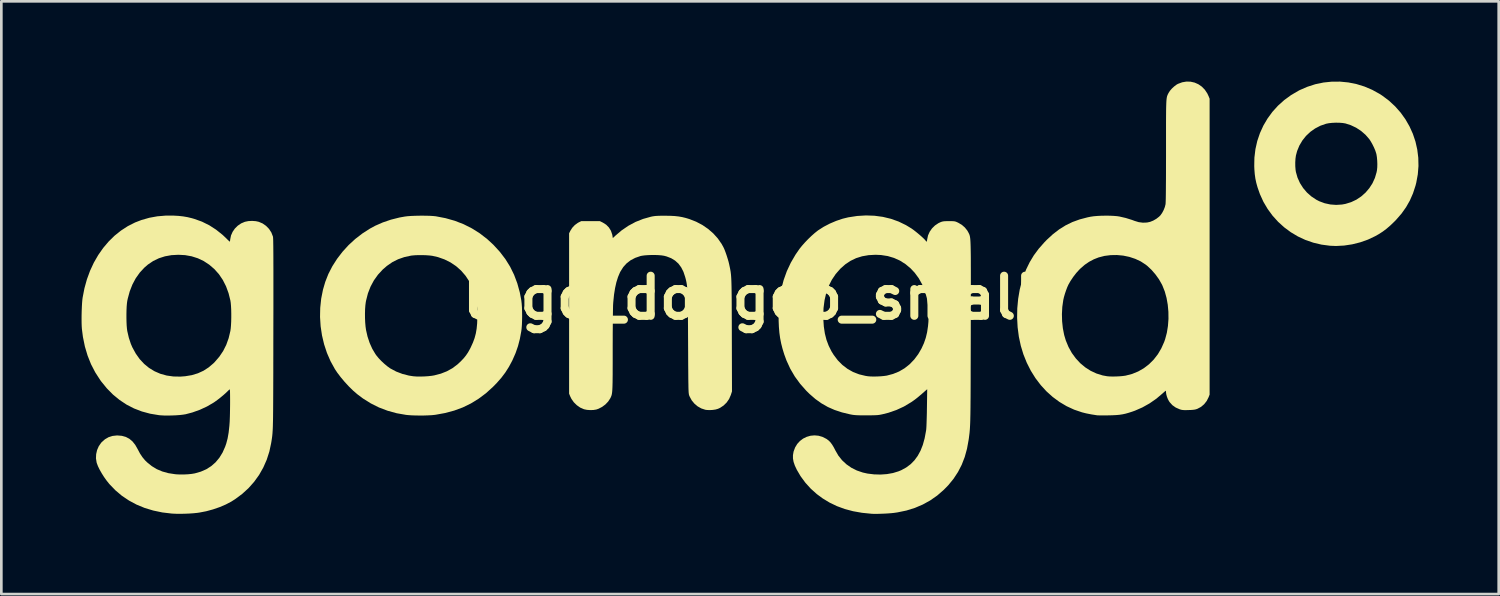
<source format=kicad_pcb>
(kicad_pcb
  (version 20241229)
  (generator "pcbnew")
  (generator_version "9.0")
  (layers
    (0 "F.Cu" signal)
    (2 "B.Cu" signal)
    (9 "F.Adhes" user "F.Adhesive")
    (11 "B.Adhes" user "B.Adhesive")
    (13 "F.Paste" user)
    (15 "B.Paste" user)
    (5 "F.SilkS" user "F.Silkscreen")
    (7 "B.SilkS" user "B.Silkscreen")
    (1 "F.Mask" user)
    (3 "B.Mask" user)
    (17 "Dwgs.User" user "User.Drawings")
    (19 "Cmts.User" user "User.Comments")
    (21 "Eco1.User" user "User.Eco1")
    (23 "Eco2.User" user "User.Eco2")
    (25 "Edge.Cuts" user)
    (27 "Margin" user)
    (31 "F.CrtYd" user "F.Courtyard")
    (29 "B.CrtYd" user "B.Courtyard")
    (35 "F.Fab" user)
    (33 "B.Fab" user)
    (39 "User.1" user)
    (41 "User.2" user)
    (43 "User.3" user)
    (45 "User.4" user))
  (footprint "logo_dongdo_small"
    (layer "F.Cu")
    (at 24.992 8.08)
    (property "Reference" "logo_dongdo_small" (at 0 0 0) (layer "F.SilkS") (effects (font (size 1.5 1.5) (thickness 0.3))))
    (attr board_only exclude_from_pos_files exclude_from_bom)
    (fp_poly (pts (xy 22.37 -8.048) (xy 22.675 -7.987) (xy 22.973 -7.895) (xy 23.262 -7.772) (xy 23.54 -7.619) (xy 23.635 -7.557) (xy 23.89 -7.366) (xy 24.12 -7.153) (xy 24.326 -6.92) (xy 24.505 -6.67) (xy 24.658 -6.404) (xy 24.784 -6.125) (xy 24.881 -5.835) (xy 24.948 -5.537) (xy 24.986 -5.232) (xy 24.993 -4.923) (xy 24.968 -4.612) (xy 24.911 -4.301) (xy 24.882 -4.188) (xy 24.788 -3.9) (xy 24.671 -3.633) (xy 24.529 -3.383) (xy 24.36 -3.145) (xy 24.16 -2.915) (xy 24.092 -2.845) (xy 23.941 -2.7) (xy 23.798 -2.577) (xy 23.657 -2.471) (xy 23.508 -2.375) (xy 23.377 -2.301) (xy 23.105 -2.172) (xy 22.816 -2.07) (xy 22.517 -1.995) (xy 22.213 -1.949) (xy 21.91 -1.933) (xy 21.685 -1.942) (xy 21.367 -1.984) (xy 21.06 -2.057) (xy 20.765 -2.159) (xy 20.484 -2.29) (xy 20.219 -2.448) (xy 19.972 -2.631) (xy 19.744 -2.838) (xy 19.537 -3.067) (xy 19.354 -3.317) (xy 19.195 -3.586) (xy 19.064 -3.874) (xy 18.976 -4.125) (xy 18.929 -4.293) (xy 18.895 -4.453) (xy 18.872 -4.616) (xy 18.858 -4.793) (xy 18.853 -4.914) (xy 18.855 -5.056) (xy 20.386 -5.056) (xy 20.387 -4.912) (xy 20.398 -4.777) (xy 20.411 -4.698) (xy 20.471 -4.487) (xy 20.562 -4.286) (xy 20.68 -4.1) (xy 20.823 -3.932) (xy 20.989 -3.785) (xy 21.175 -3.662) (xy 21.286 -3.605) (xy 21.485 -3.531) (xy 21.698 -3.485) (xy 21.916 -3.469) (xy 22.134 -3.483) (xy 22.264 -3.507) (xy 22.475 -3.572) (xy 22.672 -3.665) (xy 22.853 -3.786) (xy 23.015 -3.93) (xy 23.156 -4.096) (xy 23.274 -4.279) (xy 23.365 -4.479) (xy 23.427 -4.691) (xy 23.442 -4.77) (xy 23.452 -4.873) (xy 23.455 -4.996) (xy 23.45 -5.127) (xy 23.439 -5.252) (xy 23.422 -5.36) (xy 23.415 -5.387) (xy 23.38 -5.497) (xy 23.328 -5.62) (xy 23.266 -5.745) (xy 23.2 -5.859) (xy 23.153 -5.929) (xy 23.012 -6.091) (xy 22.846 -6.235) (xy 22.661 -6.356) (xy 22.46 -6.451) (xy 22.264 -6.514) (xy 22.163 -6.531) (xy 22.039 -6.541) (xy 21.905 -6.543) (xy 21.769 -6.537) (xy 21.645 -6.524) (xy 21.542 -6.504) (xy 21.541 -6.504) (xy 21.327 -6.43) (xy 21.129 -6.327) (xy 20.949 -6.2) (xy 20.789 -6.049) (xy 20.652 -5.877) (xy 20.54 -5.688) (xy 20.456 -5.484) (xy 20.411 -5.316) (xy 20.394 -5.196) (xy 20.386 -5.056) (xy 18.855 -5.056) (xy 18.859 -5.238) (xy 18.897 -5.553) (xy 18.966 -5.859) (xy 19.066 -6.153) (xy 19.194 -6.434) (xy 19.35 -6.699) (xy 19.532 -6.948) (xy 19.741 -7.179) (xy 19.974 -7.388) (xy 20.23 -7.575) (xy 20.509 -7.738) (xy 20.55 -7.76) (xy 20.841 -7.886) (xy 21.139 -7.982) (xy 21.444 -8.045) (xy 21.753 -8.077) (xy 22.062 -8.078)) (stroke (width 0) (type solid)) (fill yes) (layer "F.SilkS"))
    (fp_poly (pts (xy -12.088 -3.064) (xy -11.951 -3.06) (xy -11.832 -3.052) (xy -11.746 -3.043) (xy -11.383 -2.973) (xy -11.038 -2.875) (xy -10.71 -2.748) (xy -10.398 -2.591) (xy -10.104 -2.406) (xy -9.825 -2.19) (xy -9.593 -1.976) (xy -9.355 -1.716) (xy -9.147 -1.444) (xy -8.969 -1.158) (xy -8.821 -0.856) (xy -8.701 -0.537) (xy -8.608 -0.2) (xy -8.551 0.101) (xy -8.537 0.221) (xy -8.527 0.366) (xy -8.522 0.527) (xy -8.52 0.696) (xy -8.523 0.864) (xy -8.529 1.022) (xy -8.54 1.162) (xy -8.551 1.25) (xy -8.605 1.542) (xy -8.675 1.812) (xy -8.764 2.069) (xy -8.875 2.322) (xy -8.891 2.356) (xy -9.013 2.584) (xy -9.146 2.794) (xy -9.296 2.993) (xy -9.469 3.19) (xy -9.613 3.337) (xy -9.875 3.574) (xy -10.149 3.779) (xy -10.436 3.955) (xy -10.737 4.102) (xy -11.056 4.22) (xy -11.392 4.311) (xy -11.749 4.376) (xy -11.793 4.382) (xy -11.903 4.393) (xy -12.037 4.4) (xy -12.188 4.405) (xy -12.346 4.406) (xy -12.504 4.404) (xy -12.651 4.399) (xy -12.78 4.39) (xy -12.86 4.382) (xy -13.213 4.32) (xy -13.55 4.227) (xy -13.872 4.105) (xy -14.18 3.951) (xy -14.472 3.768) (xy -14.684 3.609) (xy -14.84 3.474) (xy -14.999 3.318) (xy -15.155 3.149) (xy -15.301 2.975) (xy -15.431 2.804) (xy -15.52 2.671) (xy -15.682 2.378) (xy -15.817 2.068) (xy -15.924 1.744) (xy -16.003 1.41) (xy -16.054 1.069) (xy -16.076 0.724) (xy -16.074 0.592) (xy -14.396 0.592) (xy -14.395 0.76) (xy -14.388 0.924) (xy -14.375 1.076) (xy -14.357 1.206) (xy -14.357 1.206) (xy -14.3 1.456) (xy -14.221 1.693) (xy -14.123 1.911) (xy -14.008 2.105) (xy -13.965 2.165) (xy -13.885 2.262) (xy -13.786 2.366) (xy -13.677 2.468) (xy -13.566 2.561) (xy -13.464 2.635) (xy -13.44 2.65) (xy -13.227 2.763) (xy -12.995 2.851) (xy -12.752 2.913) (xy -12.591 2.938) (xy -12.47 2.947) (xy -12.329 2.949) (xy -12.178 2.945) (xy -12.029 2.935) (xy -11.894 2.92) (xy -11.806 2.905) (xy -11.558 2.84) (xy -11.332 2.751) (xy -11.125 2.636) (xy -10.935 2.493) (xy -10.813 2.379) (xy -10.705 2.265) (xy -10.618 2.157) (xy -10.542 2.044) (xy -10.47 1.915) (xy -10.437 1.849) (xy -10.359 1.677) (xy -10.297 1.509) (xy -10.252 1.339) (xy -10.221 1.159) (xy -10.202 0.962) (xy -10.195 0.741) (xy -10.195 0.684) (xy -10.197 0.511) (xy -10.204 0.362) (xy -10.217 0.231) (xy -10.236 0.107) (xy -10.264 -0.017) (xy -10.293 -0.125) (xy -10.383 -0.379) (xy -10.499 -0.613) (xy -10.64 -0.825) (xy -10.804 -1.014) (xy -10.99 -1.179) (xy -11.197 -1.318) (xy -11.423 -1.431) (xy -11.667 -1.517) (xy -11.879 -1.565) (xy -11.982 -1.578) (xy -12.108 -1.587) (xy -12.247 -1.592) (xy -12.388 -1.592) (xy -12.521 -1.587) (xy -12.635 -1.577) (xy -12.675 -1.572) (xy -12.927 -1.517) (xy -13.159 -1.436) (xy -13.375 -1.327) (xy -13.576 -1.188) (xy -13.729 -1.056) (xy -13.91 -0.86) (xy -14.063 -0.646) (xy -14.188 -0.413) (xy -14.286 -0.161) (xy -14.355 0.11) (xy -14.365 0.16) (xy -14.381 0.283) (xy -14.392 0.43) (xy -14.396 0.592) (xy -16.074 0.592) (xy -16.069 0.379) (xy -16.033 0.036) (xy -15.966 -0.3) (xy -15.881 -0.591) (xy -15.764 -0.888) (xy -15.615 -1.177) (xy -15.438 -1.454) (xy -15.235 -1.718) (xy -15.009 -1.966) (xy -14.761 -2.194) (xy -14.494 -2.4) (xy -14.211 -2.582) (xy -14.016 -2.688) (xy -13.731 -2.813) (xy -13.426 -2.917) (xy -13.104 -2.998) (xy -12.902 -3.034) (xy -12.805 -3.046) (xy -12.683 -3.055) (xy -12.543 -3.061) (xy -12.392 -3.065) (xy -12.238 -3.066)) (stroke (width 0) (type solid)) (fill yes) (layer "F.SilkS"))
    (fp_poly (pts (xy -2.985 -3.061) (xy -2.82 -3.053) (xy -2.672 -3.037) (xy -2.534 -3.013) (xy -2.396 -2.979) (xy -2.265 -2.939) (xy -2.015 -2.841) (xy -1.781 -2.718) (xy -1.566 -2.57) (xy -1.372 -2.401) (xy -1.203 -2.213) (xy -1.06 -2.007) (xy -0.991 -1.881) (xy -0.955 -1.802) (xy -0.916 -1.7) (xy -0.875 -1.583) (xy -0.837 -1.462) (xy -0.803 -1.347) (xy -0.779 -1.247) (xy -0.766 -1.186) (xy -0.754 -1.13) (xy -0.743 -1.077) (xy -0.734 -1.025) (xy -0.725 -0.973) (xy -0.718 -0.917) (xy -0.711 -0.857) (xy -0.706 -0.79) (xy -0.701 -0.714) (xy -0.697 -0.627) (xy -0.694 -0.527) (xy -0.691 -0.412) (xy -0.689 -0.28) (xy -0.687 -0.129) (xy -0.685 0.043) (xy -0.684 0.238) (xy -0.683 0.458) (xy -0.682 0.704) (xy -0.681 0.98) (xy -0.68 1.288) (xy -0.68 1.402) (xy -0.674 3.504) (xy -0.718 3.64) (xy -0.782 3.787) (xy -0.873 3.919) (xy -0.987 4.031) (xy -1.119 4.119) (xy -1.198 4.155) (xy -1.288 4.181) (xy -1.397 4.197) (xy -1.511 4.203) (xy -1.618 4.198) (xy -1.672 4.19) (xy -1.821 4.141) (xy -1.959 4.063) (xy -2.08 3.96) (xy -2.182 3.836) (xy -2.258 3.694) (xy -2.269 3.668) (xy -2.275 3.652) (xy -2.28 3.637) (xy -2.284 3.619) (xy -2.288 3.597) (xy -2.291 3.568) (xy -2.295 3.532) (xy -2.297 3.485) (xy -2.3 3.426) (xy -2.302 3.354) (xy -2.303 3.265) (xy -2.305 3.159) (xy -2.307 3.033) (xy -2.308 2.886) (xy -2.309 2.714) (xy -2.311 2.518) (xy -2.312 2.293) (xy -2.313 2.04) (xy -2.315 1.755) (xy -2.315 1.672) (xy -2.317 1.364) (xy -2.318 1.088) (xy -2.32 0.841) (xy -2.322 0.622) (xy -2.324 0.429) (xy -2.326 0.258) (xy -2.328 0.109) (xy -2.331 -0.02) (xy -2.335 -0.133) (xy -2.339 -0.23) (xy -2.344 -0.314) (xy -2.35 -0.388) (xy -2.357 -0.452) (xy -2.365 -0.51) (xy -2.374 -0.563) (xy -2.384 -0.613) (xy -2.395 -0.663) (xy -2.408 -0.714) (xy -2.423 -0.769) (xy -2.424 -0.773) (xy -2.488 -0.966) (xy -2.572 -1.132) (xy -2.675 -1.272) (xy -2.801 -1.386) (xy -2.948 -1.476) (xy -3.119 -1.542) (xy -3.209 -1.566) (xy -3.301 -1.581) (xy -3.416 -1.591) (xy -3.546 -1.596) (xy -3.682 -1.596) (xy -3.816 -1.591) (xy -3.938 -1.582) (xy -4.042 -1.568) (xy -4.095 -1.557) (xy -4.292 -1.489) (xy -4.464 -1.399) (xy -4.612 -1.285) (xy -4.737 -1.148) (xy -4.841 -0.984) (xy -4.863 -0.943) (xy -4.935 -0.772) (xy -4.996 -0.578) (xy -5.045 -0.36) (xy -5.084 -0.115) (xy -5.112 0.16) (xy -5.117 0.228) (xy -5.12 0.281) (xy -5.122 0.364) (xy -5.124 0.476) (xy -5.126 0.612) (xy -5.128 0.77) (xy -5.13 0.948) (xy -5.131 1.142) (xy -5.133 1.349) (xy -5.133 1.567) (xy -5.134 1.791) (xy -5.134 1.967) (xy -5.134 2.237) (xy -5.134 2.475) (xy -5.135 2.684) (xy -5.135 2.865) (xy -5.137 3.022) (xy -5.138 3.156) (xy -5.141 3.269) (xy -5.144 3.364) (xy -5.148 3.443) (xy -5.153 3.508) (xy -5.159 3.562) (xy -5.166 3.606) (xy -5.175 3.643) (xy -5.185 3.675) (xy -5.197 3.704) (xy -5.21 3.733) (xy -5.225 3.763) (xy -5.226 3.765) (xy -5.304 3.884) (xy -5.407 3.992) (xy -5.529 4.083) (xy -5.662 4.152) (xy -5.748 4.182) (xy -5.854 4.199) (xy -5.975 4.203) (xy -6.097 4.194) (xy -6.204 4.172) (xy -6.21 4.17) (xy -6.348 4.11) (xy -6.475 4.021) (xy -6.587 3.911) (xy -6.677 3.783) (xy -6.724 3.687) (xy -6.764 3.589) (xy -6.764 0.591) (xy -6.764 -2.407) (xy -6.716 -2.504) (xy -6.645 -2.615) (xy -6.551 -2.715) (xy -6.443 -2.794) (xy -6.406 -2.815) (xy -6.308 -2.863) (xy -5.961 -2.863) (xy -5.615 -2.863) (xy -5.502 -2.807) (xy -5.377 -2.728) (xy -5.276 -2.625) (xy -5.2 -2.502) (xy -5.152 -2.361) (xy -5.142 -2.308) (xy -5.13 -2.228) (xy -5.043 -2.31) (xy -4.802 -2.515) (xy -4.547 -2.689) (xy -4.278 -2.833) (xy -3.996 -2.945) (xy -3.704 -3.027) (xy -3.642 -3.04) (xy -3.582 -3.049) (xy -3.519 -3.056) (xy -3.445 -3.06) (xy -3.354 -3.063) (xy -3.239 -3.064) (xy -3.175 -3.064)) (stroke (width 0) (type solid)) (fill yes) (layer "F.SilkS"))
    (fp_poly (pts (xy 16.473 -8.076) (xy 16.623 -8.042) (xy 16.764 -7.98) (xy 16.892 -7.891) (xy 17.004 -7.777) (xy 17.097 -7.638) (xy 17.145 -7.536) (xy 17.184 -7.439) (xy 17.184 -1.908) (xy 17.184 3.623) (xy 17.145 3.724) (xy 17.075 3.862) (xy 16.98 3.983) (xy 16.864 4.082) (xy 16.731 4.153) (xy 16.724 4.156) (xy 16.675 4.173) (xy 16.623 4.185) (xy 16.559 4.193) (xy 16.477 4.199) (xy 16.398 4.201) (xy 16.301 4.204) (xy 16.228 4.203) (xy 16.173 4.199) (xy 16.126 4.191) (xy 16.078 4.177) (xy 16.063 4.172) (xy 15.916 4.107) (xy 15.792 4.019) (xy 15.69 3.906) (xy 15.661 3.862) (xy 15.623 3.79) (xy 15.589 3.704) (xy 15.565 3.618) (xy 15.554 3.546) (xy 15.554 3.537) (xy 15.551 3.498) (xy 15.545 3.479) (xy 15.544 3.479) (xy 15.527 3.49) (xy 15.493 3.519) (xy 15.447 3.56) (xy 15.426 3.579) (xy 15.192 3.777) (xy 14.938 3.953) (xy 14.67 4.103) (xy 14.394 4.224) (xy 14.287 4.262) (xy 14.156 4.304) (xy 14.039 4.337) (xy 13.928 4.361) (xy 13.815 4.378) (xy 13.693 4.389) (xy 13.552 4.396) (xy 13.401 4.4) (xy 13.289 4.401) (xy 13.186 4.401) (xy 13.097 4.401) (xy 13.029 4.4) (xy 12.987 4.398) (xy 12.979 4.398) (xy 12.758 4.363) (xy 12.567 4.325) (xy 12.415 4.287) (xy 12.12 4.187) (xy 11.838 4.057) (xy 11.57 3.898) (xy 11.318 3.712) (xy 11.083 3.501) (xy 10.868 3.266) (xy 10.672 3.008) (xy 10.498 2.729) (xy 10.348 2.432) (xy 10.221 2.116) (xy 10.125 1.799) (xy 10.052 1.46) (xy 10.006 1.11) (xy 9.987 0.753) (xy 9.989 0.613) (xy 11.662 0.613) (xy 11.669 0.882) (xy 11.697 1.145) (xy 11.746 1.395) (xy 11.807 1.599) (xy 11.908 1.843) (xy 12.033 2.068) (xy 12.181 2.27) (xy 12.348 2.45) (xy 12.534 2.605) (xy 12.736 2.734) (xy 12.953 2.835) (xy 13.182 2.906) (xy 13.35 2.937) (xy 13.442 2.945) (xy 13.556 2.948) (xy 13.683 2.946) (xy 13.811 2.94) (xy 13.931 2.93) (xy 14.032 2.916) (xy 14.044 2.914) (xy 14.287 2.851) (xy 14.514 2.758) (xy 14.725 2.637) (xy 14.918 2.489) (xy 15.092 2.316) (xy 15.246 2.118) (xy 15.377 1.897) (xy 15.485 1.655) (xy 15.521 1.553) (xy 15.585 1.313) (xy 15.626 1.058) (xy 15.646 0.795) (xy 15.643 0.529) (xy 15.619 0.265) (xy 15.574 0.01) (xy 15.508 -0.23) (xy 15.421 -0.45) (xy 15.398 -0.498) (xy 15.29 -0.688) (xy 15.158 -0.871) (xy 15.011 -1.041) (xy 14.854 -1.188) (xy 14.795 -1.235) (xy 14.609 -1.356) (xy 14.404 -1.452) (xy 14.184 -1.525) (xy 13.954 -1.573) (xy 13.719 -1.595) (xy 13.484 -1.591) (xy 13.254 -1.562) (xy 13.033 -1.505) (xy 12.855 -1.435) (xy 12.679 -1.342) (xy 12.519 -1.233) (xy 12.366 -1.101) (xy 12.319 -1.056) (xy 12.202 -0.928) (xy 12.088 -0.781) (xy 11.985 -0.628) (xy 11.906 -0.49) (xy 11.862 -0.393) (xy 11.817 -0.274) (xy 11.774 -0.147) (xy 11.738 -0.023) (xy 11.713 0.085) (xy 11.713 0.087) (xy 11.676 0.345) (xy 11.662 0.613) (xy 9.989 0.613) (xy 9.993 0.395) (xy 10.026 0.042) (xy 10.084 -0.302) (xy 10.168 -0.632) (xy 10.209 -0.757) (xy 10.323 -1.053) (xy 10.457 -1.327) (xy 10.612 -1.584) (xy 10.794 -1.83) (xy 11.005 -2.069) (xy 11.095 -2.162) (xy 11.324 -2.373) (xy 11.558 -2.553) (xy 11.8 -2.704) (xy 12.054 -2.828) (xy 12.327 -2.927) (xy 12.621 -3.004) (xy 12.733 -3.027) (xy 12.848 -3.044) (xy 12.986 -3.056) (xy 13.139 -3.064) (xy 13.298 -3.066) (xy 13.456 -3.065) (xy 13.603 -3.058) (xy 13.731 -3.047) (xy 13.81 -3.035) (xy 14.049 -2.98) (xy 14.28 -2.908) (xy 14.382 -2.87) (xy 14.533 -2.824) (xy 14.69 -2.804) (xy 14.843 -2.81) (xy 14.959 -2.835) (xy 15.076 -2.882) (xy 15.192 -2.949) (xy 15.294 -3.028) (xy 15.345 -3.079) (xy 15.407 -3.166) (xy 15.464 -3.273) (xy 15.509 -3.386) (xy 15.536 -3.493) (xy 15.536 -3.496) (xy 15.539 -3.532) (xy 15.542 -3.602) (xy 15.545 -3.704) (xy 15.547 -3.837) (xy 15.549 -4.002) (xy 15.55 -4.196) (xy 15.552 -4.42) (xy 15.553 -4.673) (xy 15.553 -4.954) (xy 15.554 -5.262) (xy 15.554 -5.498) (xy 15.554 -5.797) (xy 15.554 -6.064) (xy 15.554 -6.302) (xy 15.554 -6.511) (xy 15.555 -6.694) (xy 15.556 -6.854) (xy 15.557 -6.991) (xy 15.559 -7.109) (xy 15.562 -7.208) (xy 15.565 -7.291) (xy 15.569 -7.36) (xy 15.574 -7.417) (xy 15.58 -7.464) (xy 15.587 -7.502) (xy 15.595 -7.534) (xy 15.605 -7.562) (xy 15.615 -7.587) (xy 15.627 -7.612) (xy 15.641 -7.639) (xy 15.651 -7.658) (xy 15.702 -7.737) (xy 15.775 -7.821) (xy 15.86 -7.899) (xy 15.946 -7.964) (xy 15.999 -7.994) (xy 16.158 -8.053) (xy 16.316 -8.08)) (stroke (width 0) (type solid)) (fill yes) (layer "F.SilkS"))
    (fp_poly (pts (xy -21.365 -3.058) (xy -21.193 -3.039) (xy -21.031 -3.011) (xy -20.866 -2.971) (xy -20.773 -2.944) (xy -20.489 -2.842) (xy -20.219 -2.708) (xy -19.963 -2.543) (xy -19.72 -2.349) (xy -19.596 -2.232) (xy -19.541 -2.177) (xy -19.495 -2.133) (xy -19.463 -2.104) (xy -19.45 -2.094) (xy -19.444 -2.109) (xy -19.438 -2.148) (xy -19.434 -2.183) (xy -19.405 -2.326) (xy -19.345 -2.462) (xy -19.26 -2.585) (xy -19.152 -2.692) (xy -19.026 -2.778) (xy -18.886 -2.837) (xy -18.759 -2.863) (xy -18.619 -2.871) (xy -18.479 -2.861) (xy -18.369 -2.837) (xy -18.223 -2.775) (xy -18.094 -2.685) (xy -17.984 -2.572) (xy -17.897 -2.439) (xy -17.839 -2.29) (xy -17.836 -2.28) (xy -17.834 -2.263) (xy -17.831 -2.231) (xy -17.829 -2.183) (xy -17.827 -2.118) (xy -17.826 -2.034) (xy -17.824 -1.931) (xy -17.823 -1.807) (xy -17.822 -1.662) (xy -17.821 -1.494) (xy -17.821 -1.302) (xy -17.82 -1.086) (xy -17.82 -0.843) (xy -17.82 -0.574) (xy -17.82 -0.276) (xy -17.82 0.05) (xy -17.82 0.407) (xy -17.821 0.795) (xy -17.822 1.216) (xy -17.822 1.343) (xy -17.823 1.754) (xy -17.823 2.133) (xy -17.824 2.482) (xy -17.824 2.801) (xy -17.825 3.092) (xy -17.826 3.357) (xy -17.827 3.597) (xy -17.828 3.814) (xy -17.829 4.009) (xy -17.83 4.183) (xy -17.832 4.339) (xy -17.833 4.477) (xy -17.835 4.599) (xy -17.838 4.707) (xy -17.84 4.801) (xy -17.843 4.884) (xy -17.847 4.958) (xy -17.851 5.022) (xy -17.855 5.08) (xy -17.86 5.132) (xy -17.865 5.18) (xy -17.871 5.226) (xy -17.877 5.271) (xy -17.884 5.315) (xy -17.891 5.362) (xy -17.9 5.412) (xy -17.902 5.43) (xy -17.971 5.752) (xy -18.07 6.06) (xy -18.199 6.352) (xy -18.355 6.627) (xy -18.54 6.884) (xy -18.751 7.122) (xy -18.988 7.338) (xy -19.249 7.532) (xy -19.394 7.624) (xy -19.601 7.733) (xy -19.831 7.831) (xy -20.078 7.916) (xy -20.332 7.985) (xy -20.585 8.034) (xy -20.663 8.045) (xy -20.806 8.06) (xy -20.969 8.071) (xy -21.142 8.078) (xy -21.313 8.081) (xy -21.473 8.079) (xy -21.61 8.072) (xy -21.614 8.072) (xy -21.971 8.03) (xy -22.31 7.959) (xy -22.632 7.862) (xy -22.935 7.737) (xy -23.219 7.585) (xy -23.483 7.408) (xy -23.725 7.204) (xy -23.946 6.975) (xy -23.96 6.959) (xy -24.058 6.836) (xy -24.153 6.703) (xy -24.24 6.565) (xy -24.317 6.429) (xy -24.379 6.302) (xy -24.421 6.19) (xy -24.43 6.161) (xy -24.454 6.008) (xy -24.447 5.851) (xy -24.412 5.697) (xy -24.349 5.553) (xy -24.26 5.425) (xy -24.24 5.403) (xy -24.118 5.294) (xy -23.983 5.216) (xy -23.835 5.169) (xy -23.671 5.151) (xy -23.652 5.151) (xy -23.486 5.165) (xy -23.338 5.206) (xy -23.205 5.276) (xy -23.088 5.375) (xy -22.985 5.504) (xy -22.894 5.664) (xy -22.893 5.666) (xy -22.808 5.826) (xy -22.718 5.962) (xy -22.617 6.083) (xy -22.541 6.157) (xy -22.368 6.297) (xy -22.18 6.411) (xy -21.974 6.498) (xy -21.747 6.561) (xy -21.499 6.599) (xy -21.452 6.604) (xy -21.316 6.611) (xy -21.166 6.61) (xy -21.016 6.603) (xy -20.877 6.589) (xy -20.759 6.569) (xy -20.533 6.504) (xy -20.327 6.414) (xy -20.144 6.297) (xy -19.982 6.155) (xy -19.841 5.986) (xy -19.721 5.791) (xy -19.623 5.57) (xy -19.583 5.455) (xy -19.532 5.262) (xy -19.493 5.04) (xy -19.466 4.791) (xy -19.455 4.645) (xy -19.451 4.549) (xy -19.447 4.437) (xy -19.444 4.315) (xy -19.442 4.186) (xy -19.44 4.054) (xy -19.439 3.925) (xy -19.439 3.801) (xy -19.44 3.689) (xy -19.441 3.591) (xy -19.443 3.512) (xy -19.446 3.457) (xy -19.45 3.43) (xy -19.452 3.428) (xy -19.47 3.44) (xy -19.503 3.469) (xy -19.532 3.498) (xy -19.605 3.568) (xy -19.698 3.65) (xy -19.802 3.736) (xy -19.91 3.82) (xy -20.012 3.894) (xy -20.055 3.923) (xy -20.301 4.067) (xy -20.569 4.191) (xy -20.848 4.291) (xy -21.102 4.358) (xy -21.202 4.374) (xy -21.327 4.388) (xy -21.469 4.398) (xy -21.619 4.404) (xy -21.77 4.407) (xy -21.913 4.405) (xy -22.039 4.398) (xy -22.101 4.392) (xy -22.427 4.338) (xy -22.738 4.254) (xy -23.032 4.141) (xy -23.31 3.998) (xy -23.571 3.825) (xy -23.817 3.623) (xy -24.046 3.391) (xy -24.259 3.13) (xy -24.297 3.077) (xy -24.482 2.79) (xy -24.639 2.487) (xy -24.767 2.166) (xy -24.868 1.827) (xy -24.941 1.47) (xy -24.98 1.169) (xy -24.987 1.066) (xy -24.991 0.939) (xy -24.992 0.795) (xy -24.992 0.758) (xy -23.315 0.758) (xy -23.312 0.904) (xy -23.306 1.039) (xy -23.296 1.155) (xy -23.284 1.245) (xy -23.284 1.245) (xy -23.225 1.499) (xy -23.15 1.726) (xy -23.094 1.856) (xy -22.966 2.09) (xy -22.819 2.297) (xy -22.652 2.476) (xy -22.467 2.628) (xy -22.264 2.751) (xy -22.045 2.846) (xy -21.81 2.911) (xy -21.561 2.946) (xy -21.297 2.951) (xy -21.117 2.937) (xy -20.87 2.896) (xy -20.643 2.827) (xy -20.433 2.731) (xy -20.239 2.605) (xy -20.057 2.45) (xy -20.011 2.403) (xy -19.84 2.204) (xy -19.697 1.991) (xy -19.582 1.762) (xy -19.493 1.513) (xy -19.428 1.242) (xy -19.428 1.241) (xy -19.415 1.147) (xy -19.405 1.027) (xy -19.398 0.889) (xy -19.395 0.741) (xy -19.395 0.59) (xy -19.398 0.444) (xy -19.405 0.309) (xy -19.415 0.194) (xy -19.427 0.11) (xy -19.497 -0.17) (xy -19.592 -0.428) (xy -19.712 -0.664) (xy -19.856 -0.877) (xy -20.025 -1.067) (xy -20.218 -1.233) (xy -20.219 -1.234) (xy -20.425 -1.369) (xy -20.644 -1.473) (xy -20.876 -1.547) (xy -21.122 -1.591) (xy -21.372 -1.604) (xy -21.633 -1.59) (xy -21.876 -1.546) (xy -22.103 -1.473) (xy -22.315 -1.371) (xy -22.511 -1.239) (xy -22.644 -1.124) (xy -22.817 -0.937) (xy -22.966 -0.727) (xy -23.091 -0.493) (xy -23.191 -0.238) (xy -23.266 0.038) (xy -23.284 0.123) (xy -23.296 0.212) (xy -23.306 0.328) (xy -23.312 0.463) (xy -23.315 0.609) (xy -23.315 0.758) (xy -24.992 0.758) (xy -24.991 0.641) (xy -24.987 0.485) (xy -24.981 0.334) (xy -24.973 0.195) (xy -24.963 0.077) (xy -24.953 0) (xy -24.885 -0.351) (xy -24.792 -0.687) (xy -24.674 -1.008) (xy -24.533 -1.311) (xy -24.369 -1.595) (xy -24.185 -1.858) (xy -23.981 -2.099) (xy -23.759 -2.317) (xy -23.519 -2.509) (xy -23.263 -2.675) (xy -22.992 -2.812) (xy -22.75 -2.905) (xy -22.458 -2.988) (xy -22.161 -3.042) (xy -21.855 -3.068) (xy -21.559 -3.069)) (stroke (width 0) (type solid)) (fill yes) (layer "F.SilkS"))
    (fp_poly (pts (xy 4.653 -3.064) (xy 4.965 -3.022) (xy 5.265 -2.95) (xy 5.554 -2.847) (xy 5.829 -2.714) (xy 6.038 -2.587) (xy 6.107 -2.538) (xy 6.186 -2.477) (xy 6.27 -2.409) (xy 6.353 -2.339) (xy 6.429 -2.272) (xy 6.494 -2.211) (xy 6.542 -2.162) (xy 6.563 -2.136) (xy 6.586 -2.106) (xy 6.603 -2.094) (xy 6.612 -2.109) (xy 6.62 -2.148) (xy 6.625 -2.183) (xy 6.656 -2.328) (xy 6.718 -2.466) (xy 6.806 -2.592) (xy 6.916 -2.7) (xy 7.044 -2.786) (xy 7.123 -2.823) (xy 7.169 -2.84) (xy 7.214 -2.851) (xy 7.267 -2.858) (xy 7.336 -2.861) (xy 7.429 -2.862) (xy 7.439 -2.862) (xy 7.529 -2.862) (xy 7.594 -2.86) (xy 7.643 -2.855) (xy 7.684 -2.846) (xy 7.726 -2.83) (xy 7.777 -2.806) (xy 7.791 -2.799) (xy 7.921 -2.722) (xy 8.034 -2.623) (xy 8.125 -2.509) (xy 8.162 -2.443) (xy 8.174 -2.42) (xy 8.184 -2.4) (xy 8.194 -2.38) (xy 8.202 -2.359) (xy 8.21 -2.337) (xy 8.217 -2.31) (xy 8.224 -2.279) (xy 8.229 -2.242) (xy 8.235 -2.197) (xy 8.239 -2.142) (xy 8.243 -2.077) (xy 8.246 -2) (xy 8.249 -1.909) (xy 8.251 -1.804) (xy 8.253 -1.682) (xy 8.255 -1.543) (xy 8.256 -1.384) (xy 8.256 -1.205) (xy 8.257 -1.004) (xy 8.257 -0.78) (xy 8.257 -0.531) (xy 8.256 -0.255) (xy 8.256 0.048) (xy 8.255 0.379) (xy 8.255 0.742) (xy 8.254 1.136) (xy 8.254 1.291) (xy 8.253 1.696) (xy 8.252 2.068) (xy 8.251 2.409) (xy 8.25 2.722) (xy 8.25 3.007) (xy 8.249 3.266) (xy 8.248 3.501) (xy 8.247 3.712) (xy 8.245 3.902) (xy 8.244 4.073) (xy 8.242 4.225) (xy 8.24 4.361) (xy 8.237 4.481) (xy 8.235 4.588) (xy 8.232 4.683) (xy 8.228 4.768) (xy 8.224 4.843) (xy 8.22 4.911) (xy 8.215 4.974) (xy 8.21 5.032) (xy 8.204 5.087) (xy 8.197 5.142) (xy 8.19 5.196) (xy 8.183 5.253) (xy 8.174 5.313) (xy 8.173 5.32) (xy 8.113 5.649) (xy 8.028 5.957) (xy 7.916 6.246) (xy 7.777 6.516) (xy 7.61 6.771) (xy 7.414 7.011) (xy 7.243 7.186) (xy 6.999 7.398) (xy 6.738 7.58) (xy 6.459 7.734) (xy 6.163 7.86) (xy 5.849 7.958) (xy 5.516 8.027) (xy 5.386 8.046) (xy 5.291 8.056) (xy 5.176 8.065) (xy 5.047 8.073) (xy 4.914 8.078) (xy 4.785 8.082) (xy 4.669 8.083) (xy 4.574 8.081) (xy 4.543 8.079) (xy 4.187 8.043) (xy 3.854 7.984) (xy 3.542 7.901) (xy 3.251 7.794) (xy 2.976 7.662) (xy 2.717 7.505) (xy 2.497 7.343) (xy 2.272 7.141) (xy 2.069 6.917) (xy 1.89 6.673) (xy 1.749 6.433) (xy 1.677 6.279) (xy 1.629 6.14) (xy 1.606 6.011) (xy 1.606 5.886) (xy 1.628 5.759) (xy 1.63 5.751) (xy 1.686 5.6) (xy 1.766 5.468) (xy 1.868 5.357) (xy 1.986 5.268) (xy 2.119 5.203) (xy 2.261 5.162) (xy 2.409 5.148) (xy 2.56 5.161) (xy 2.709 5.204) (xy 2.853 5.277) (xy 2.87 5.288) (xy 2.945 5.345) (xy 3.011 5.413) (xy 3.073 5.497) (xy 3.136 5.603) (xy 3.19 5.708) (xy 3.303 5.904) (xy 3.442 6.078) (xy 3.605 6.23) (xy 3.789 6.358) (xy 3.994 6.461) (xy 4.216 6.537) (xy 4.391 6.576) (xy 4.637 6.606) (xy 4.881 6.613) (xy 5.119 6.596) (xy 5.344 6.556) (xy 5.551 6.493) (xy 5.655 6.45) (xy 5.84 6.349) (xy 6.004 6.227) (xy 6.147 6.082) (xy 6.27 5.914) (xy 6.375 5.722) (xy 6.461 5.504) (xy 6.529 5.258) (xy 6.58 4.984) (xy 6.587 4.94) (xy 6.591 4.893) (xy 6.596 4.817) (xy 6.6 4.716) (xy 6.604 4.595) (xy 6.608 4.458) (xy 6.612 4.31) (xy 6.614 4.156) (xy 6.615 4.113) (xy 6.625 3.422) (xy 6.542 3.494) (xy 6.435 3.588) (xy 6.347 3.663) (xy 6.275 3.724) (xy 6.212 3.774) (xy 6.154 3.818) (xy 6.095 3.86) (xy 6.031 3.904) (xy 6.02 3.911) (xy 5.754 4.07) (xy 5.472 4.2) (xy 5.174 4.303) (xy 4.946 4.36) (xy 4.887 4.372) (xy 4.832 4.382) (xy 4.774 4.389) (xy 4.709 4.393) (xy 4.63 4.396) (xy 4.531 4.398) (xy 4.407 4.399) (xy 4.349 4.399) (xy 4.212 4.399) (xy 4.103 4.398) (xy 4.015 4.395) (xy 3.943 4.391) (xy 3.88 4.385) (xy 3.821 4.377) (xy 3.759 4.365) (xy 3.737 4.361) (xy 3.438 4.289) (xy 3.163 4.198) (xy 2.91 4.087) (xy 2.672 3.951) (xy 2.446 3.79) (xy 2.227 3.6) (xy 2.102 3.477) (xy 1.874 3.219) (xy 1.676 2.948) (xy 1.507 2.66) (xy 1.366 2.354) (xy 1.277 2.111) (xy 1.214 1.904) (xy 1.164 1.707) (xy 1.126 1.512) (xy 1.098 1.31) (xy 1.08 1.092) (xy 1.07 0.851) (xy 1.07 0.828) (xy 1.071 0.701) (xy 2.739 0.701) (xy 2.741 0.802) (xy 2.76 1.083) (xy 2.799 1.34) (xy 2.859 1.577) (xy 2.942 1.798) (xy 3.047 2.008) (xy 3.13 2.141) (xy 3.283 2.343) (xy 3.455 2.516) (xy 3.646 2.662) (xy 3.854 2.779) (xy 4.079 2.866) (xy 4.32 2.924) (xy 4.413 2.938) (xy 4.509 2.946) (xy 4.628 2.948) (xy 4.758 2.946) (xy 4.889 2.939) (xy 5.009 2.928) (xy 5.108 2.914) (xy 5.111 2.914) (xy 5.349 2.851) (xy 5.573 2.76) (xy 5.779 2.639) (xy 5.968 2.489) (xy 6.139 2.312) (xy 6.291 2.109) (xy 6.413 1.898) (xy 6.502 1.703) (xy 6.571 1.503) (xy 6.622 1.291) (xy 6.656 1.059) (xy 6.67 0.906) (xy 6.679 0.595) (xy 6.659 0.298) (xy 6.612 0.016) (xy 6.538 -0.249) (xy 6.437 -0.496) (xy 6.31 -0.725) (xy 6.157 -0.933) (xy 6.004 -1.096) (xy 5.811 -1.257) (xy 5.605 -1.387) (xy 5.385 -1.486) (xy 5.15 -1.556) (xy 4.9 -1.595) (xy 4.692 -1.604) (xy 4.433 -1.59) (xy 4.192 -1.548) (xy 3.967 -1.478) (xy 3.759 -1.378) (xy 3.564 -1.248) (xy 3.383 -1.088) (xy 3.377 -1.082) (xy 3.205 -0.886) (xy 3.06 -0.67) (xy 2.942 -0.436) (xy 2.851 -0.182) (xy 2.787 0.092) (xy 2.749 0.386) (xy 2.739 0.701) (xy 1.071 0.701) (xy 1.074 0.43) (xy 1.106 0.051) (xy 1.167 -0.311) (xy 1.257 -0.657) (xy 1.376 -0.989) (xy 1.525 -1.307) (xy 1.703 -1.612) (xy 1.854 -1.83) (xy 1.944 -1.942) (xy 2.053 -2.065) (xy 2.173 -2.19) (xy 2.298 -2.31) (xy 2.42 -2.418) (xy 2.532 -2.507) (xy 2.551 -2.521) (xy 2.755 -2.651) (xy 2.981 -2.769) (xy 3.221 -2.871) (xy 3.464 -2.953) (xy 3.673 -3.004) (xy 4.006 -3.055) (xy 4.333 -3.075)) (stroke (width 0) (type solid)) (fill yes) (layer "F.SilkS")))
  (gr_rect
    (start -3 -3)
    (end 52.985 19.162)
    (stroke (width 0.1) (type default))
    (fill no)
    (layer "Edge.Cuts")))
</source>
